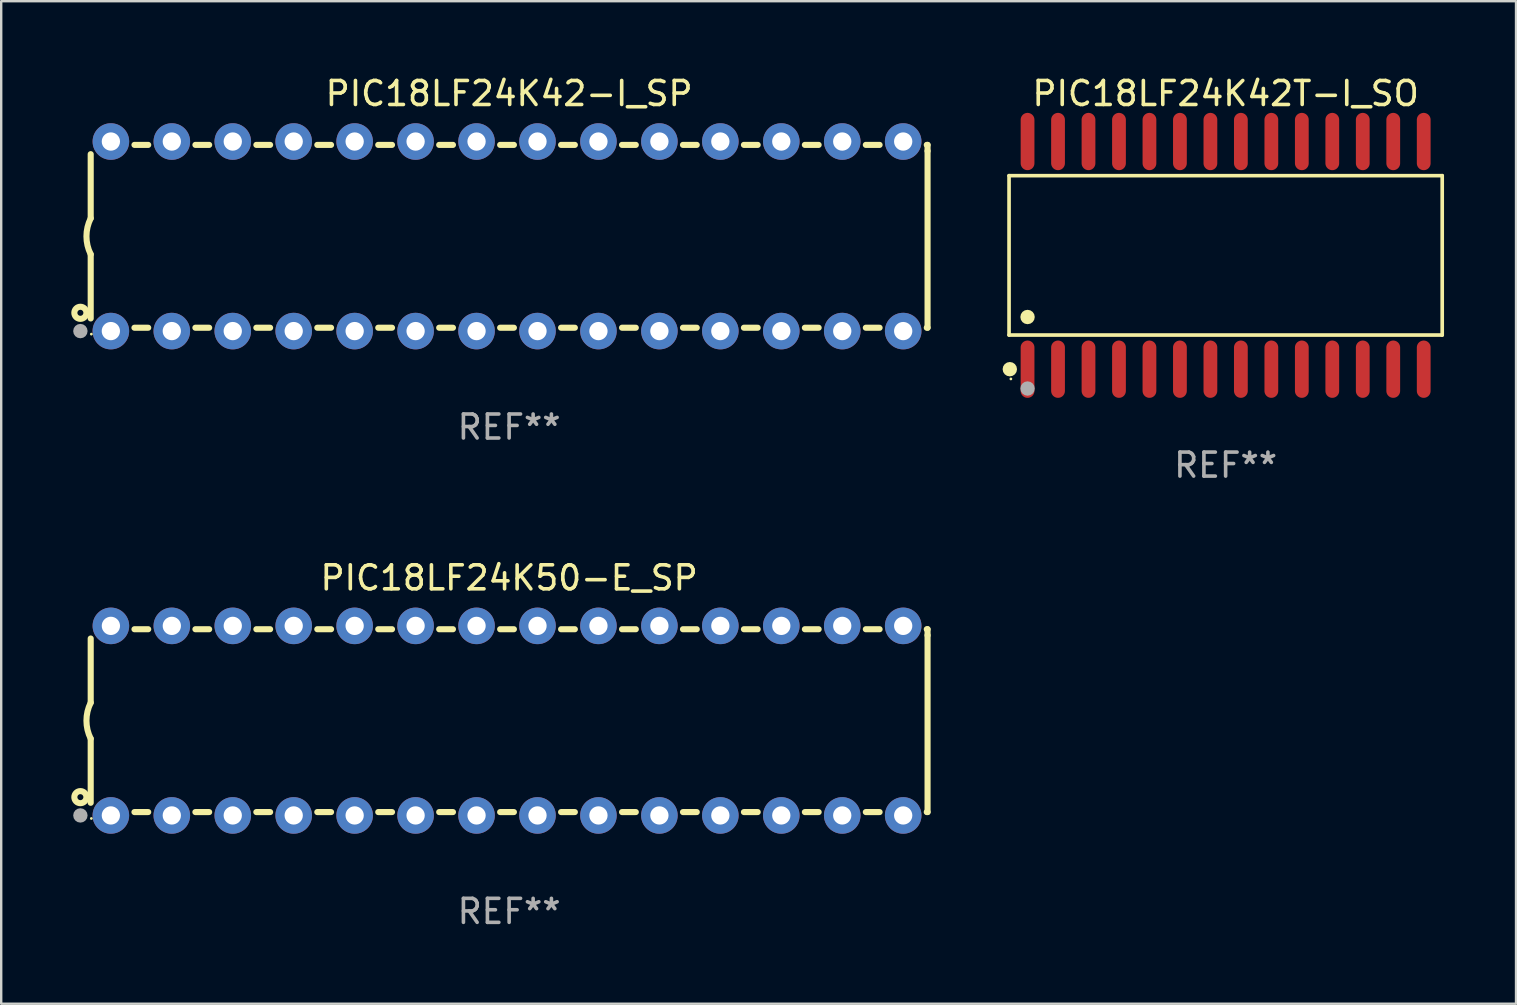
<source format=kicad_pcb>
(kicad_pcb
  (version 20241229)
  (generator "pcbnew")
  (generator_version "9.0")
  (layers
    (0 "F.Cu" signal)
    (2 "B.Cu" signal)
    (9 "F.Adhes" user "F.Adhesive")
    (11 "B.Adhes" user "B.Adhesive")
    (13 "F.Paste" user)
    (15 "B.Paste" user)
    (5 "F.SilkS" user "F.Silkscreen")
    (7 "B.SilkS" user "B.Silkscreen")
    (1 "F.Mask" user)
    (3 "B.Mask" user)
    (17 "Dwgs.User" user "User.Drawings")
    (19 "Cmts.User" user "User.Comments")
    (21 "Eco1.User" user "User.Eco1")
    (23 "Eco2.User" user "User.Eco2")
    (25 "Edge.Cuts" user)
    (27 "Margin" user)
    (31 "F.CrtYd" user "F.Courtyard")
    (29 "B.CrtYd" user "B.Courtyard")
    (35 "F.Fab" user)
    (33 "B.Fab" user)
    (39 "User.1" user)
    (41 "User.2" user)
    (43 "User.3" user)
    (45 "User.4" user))
  (footprint "PIC18LF24K42-I_SP"
    (layer "F.Cu")
    (at 18.168 6.798)
    (property "Reference" "PIC18LF24K42-I_SP" (at 0 -5.95 0) (layer "F.SilkS") (effects (font (size 1 1) (thickness 0.15))))
    (attr through_hole)
    (fp_line (start -17.438 0.75) (end -17.438 3.423) (stroke (width 0.254) (type solid)) (layer "F.SilkS"))
    (fp_line (start -17.438 -3.423) (end -17.438 -0.75) (stroke (width 0.254) (type solid)) (layer "F.SilkS"))
    (fp_line (start -15.615 3.81) (end -15.041 3.81) (stroke (width 0.254) (type solid)) (layer "F.SilkS"))
    (fp_line (start -15.041 -3.81) (end -15.614 -3.81) (stroke (width 0.254) (type solid)) (layer "F.SilkS"))
    (fp_line (start -13.075 3.81) (end -12.501 3.81) (stroke (width 0.254) (type solid)) (layer "F.SilkS"))
    (fp_line (start -12.501 -3.81) (end -13.074 -3.81) (stroke (width 0.254) (type solid)) (layer "F.SilkS"))
    (fp_line (start -10.535 3.81) (end -9.961 3.81) (stroke (width 0.254) (type solid)) (layer "F.SilkS"))
    (fp_line (start -9.961 -3.81) (end -10.534 -3.81) (stroke (width 0.254) (type solid)) (layer "F.SilkS"))
    (fp_line (start -7.995 3.81) (end -7.421 3.81) (stroke (width 0.254) (type solid)) (layer "F.SilkS"))
    (fp_line (start -7.421 -3.81) (end -7.995 -3.81) (stroke (width 0.254) (type solid)) (layer "F.SilkS"))
    (fp_line (start -5.455 3.81) (end -4.881 3.81) (stroke (width 0.254) (type solid)) (layer "F.SilkS"))
    (fp_line (start -4.881 -3.81) (end -5.455 -3.81) (stroke (width 0.254) (type solid)) (layer "F.SilkS"))
    (fp_line (start -2.915 3.81) (end -2.341 3.81) (stroke (width 0.254) (type solid)) (layer "F.SilkS"))
    (fp_line (start -2.341 -3.81) (end -2.915 -3.81) (stroke (width 0.254) (type solid)) (layer "F.SilkS"))
    (fp_line (start -0.375 3.81) (end 0.199 3.81) (stroke (width 0.254) (type solid)) (layer "F.SilkS"))
    (fp_line (start 0.199 -3.81) (end -0.375 -3.81) (stroke (width 0.254) (type solid)) (layer "F.SilkS"))
    (fp_line (start 2.165 3.81) (end 2.739 3.81) (stroke (width 0.254) (type solid)) (layer "F.SilkS"))
    (fp_line (start 2.739 -3.81) (end 2.165 -3.81) (stroke (width 0.254) (type solid)) (layer "F.SilkS"))
    (fp_line (start 4.705 3.81) (end 5.279 3.81) (stroke (width 0.254) (type solid)) (layer "F.SilkS"))
    (fp_line (start 5.279 -3.81) (end 4.705 -3.81) (stroke (width 0.254) (type solid)) (layer "F.SilkS"))
    (fp_line (start 7.245 3.81) (end 7.819 3.81) (stroke (width 0.254) (type solid)) (layer "F.SilkS"))
    (fp_line (start 7.819 -3.81) (end 7.245 -3.81) (stroke (width 0.254) (type solid)) (layer "F.SilkS"))
    (fp_line (start 9.785 3.81) (end 10.359 3.81) (stroke (width 0.254) (type solid)) (layer "F.SilkS"))
    (fp_line (start 10.359 -3.81) (end 9.785 -3.81) (stroke (width 0.254) (type solid)) (layer "F.SilkS"))
    (fp_line (start 12.325 3.81) (end 12.899 3.81) (stroke (width 0.254) (type solid)) (layer "F.SilkS"))
    (fp_line (start 12.899 -3.81) (end 12.325 -3.81) (stroke (width 0.254) (type solid)) (layer "F.SilkS"))
    (fp_line (start 14.865 3.81) (end 15.439 3.81) (stroke (width 0.254) (type solid)) (layer "F.SilkS"))
    (fp_line (start 15.439 -3.81) (end 14.865 -3.81) (stroke (width 0.254) (type solid)) (layer "F.SilkS"))
    (fp_line (start 17.405 3.81) (end 17.438 3.81) (stroke (width 0.254) (type solid)) (layer "F.SilkS"))
    (fp_line (start 17.438 -3.81) (end 17.405 -3.81) (stroke (width 0.254) (type solid)) (layer "F.SilkS"))
    (fp_line (start 17.438 -3.556) (end 17.438 -3.81) (stroke (width 0.254) (type solid)) (layer "F.SilkS"))
    (fp_line (start 17.438 3.81) (end 17.438 -3.556) (stroke (width 0.254) (type solid)) (layer "F.SilkS"))
    (fp_arc (start -17.437986 0.749657) (mid -17.614887 -0.000024) (end -17.437783 -0.749657) (stroke (width 0.254001) (type solid)) (layer "F.SilkS"))
    (fp_circle (center -17.868 3.188) (end -17.743 3.188) (stroke (width 0.254) (type solid)) (fill no) (layer "F.SilkS"))
    (fp_circle (center -17.411 4.077) (end -17.381 4.077) (stroke (width 0.06) (type solid)) (fill no) (layer "F.SilkS"))
    (fp_circle (center -17.868 3.95) (end -17.718 3.95) (stroke (width 0.3) (type solid)) (fill no) (layer "F.Fab"))
    (fp_text user "REF**" (at 0 7.95 0) (layer "F.Fab") (effects (font (size 1 1) (thickness 0.15))))
    (pad "1" thru_hole circle (at -16.598 3.95) (size 1.524 1.524) (drill 0.762) (layers "*.Cu" "*.Mask"))
    (pad "2" thru_hole circle (at -14.058 3.95) (size 1.524 1.524) (drill 0.762) (layers "*.Cu" "*.Mask"))
    (pad "3" thru_hole circle (at -11.518 3.95) (size 1.524 1.524) (drill 0.762) (layers "*.Cu" "*.Mask"))
    (pad "4" thru_hole circle (at -8.978 3.95) (size 1.524 1.524) (drill 0.762) (layers "*.Cu" "*.Mask"))
    (pad "5" thru_hole circle (at -6.438 3.95) (size 1.524 1.524) (drill 0.762) (layers "*.Cu" "*.Mask"))
    (pad "6" thru_hole circle (at -3.898 3.95) (size 1.524 1.524) (drill 0.762) (layers "*.Cu" "*.Mask"))
    (pad "7" thru_hole circle (at -1.358 3.95) (size 1.524 1.524) (drill 0.762) (layers "*.Cu" "*.Mask"))
    (pad "8" thru_hole circle (at 1.182 3.95) (size 1.524 1.524) (drill 0.762) (layers "*.Cu" "*.Mask"))
    (pad "9" thru_hole circle (at 3.722 3.95) (size 1.524 1.524) (drill 0.762) (layers "*.Cu" "*.Mask"))
    (pad "10" thru_hole circle (at 6.262 3.95) (size 1.524 1.524) (drill 0.762) (layers "*.Cu" "*.Mask"))
    (pad "11" thru_hole circle (at 8.802 3.95) (size 1.524 1.524) (drill 0.762) (layers "*.Cu" "*.Mask"))
    (pad "12" thru_hole circle (at 11.342 3.95) (size 1.524 1.524) (drill 0.762) (layers "*.Cu" "*.Mask"))
    (pad "13" thru_hole circle (at 13.882 3.95) (size 1.524 1.524) (drill 0.762) (layers "*.Cu" "*.Mask"))
    (pad "14" thru_hole circle (at 16.422 3.95) (size 1.524 1.524) (drill 0.762) (layers "*.Cu" "*.Mask"))
    (pad "15" thru_hole circle (at 16.422 -3.95) (size 1.524 1.524) (drill 0.762) (layers "*.Cu" "*.Mask"))
    (pad "16" thru_hole circle (at 13.882 -3.95) (size 1.524 1.524) (drill 0.762) (layers "*.Cu" "*.Mask"))
    (pad "17" thru_hole circle (at 11.342 -3.95) (size 1.524 1.524) (drill 0.762) (layers "*.Cu" "*.Mask"))
    (pad "18" thru_hole circle (at 8.802 -3.95) (size 1.524 1.524) (drill 0.762) (layers "*.Cu" "*.Mask"))
    (pad "19" thru_hole circle (at 6.262 -3.95) (size 1.524 1.524) (drill 0.762) (layers "*.Cu" "*.Mask"))
    (pad "20" thru_hole circle (at 3.722 -3.95) (size 1.524 1.524) (drill 0.762) (layers "*.Cu" "*.Mask"))
    (pad "21" thru_hole circle (at 1.182 -3.95) (size 1.524 1.524) (drill 0.762) (layers "*.Cu" "*.Mask"))
    (pad "22" thru_hole circle (at -1.358 -3.95) (size 1.524 1.524) (drill 0.762) (layers "*.Cu" "*.Mask"))
    (pad "23" thru_hole circle (at -3.898 -3.95) (size 1.524 1.524) (drill 0.762) (layers "*.Cu" "*.Mask"))
    (pad "24" thru_hole circle (at -6.438 -3.95) (size 1.524 1.524) (drill 0.762) (layers "*.Cu" "*.Mask"))
    (pad "25" thru_hole circle (at -8.978 -3.95) (size 1.524 1.524) (drill 0.762) (layers "*.Cu" "*.Mask"))
    (pad "26" thru_hole circle (at -11.517 -3.95) (size 1.524 1.524) (drill 0.762) (layers "*.Cu" "*.Mask"))
    (pad "27" thru_hole circle (at -14.057 -3.95) (size 1.524 1.524) (drill 0.762) (layers "*.Cu" "*.Mask"))
    (pad "28" thru_hole circle (at -16.597 -3.95) (size 1.524 1.524) (drill 0.762) (layers "*.Cu" "*.Mask")))
  (footprint "PIC18LF24K50-E_SP"
    (layer "F.Cu")
    (at 18.168 26.983)
    (property "Reference" "PIC18LF24K50-E_SP" (at 0 -5.95 0) (layer "F.SilkS") (effects (font (size 1 1) (thickness 0.15))))
    (attr through_hole)
    (fp_line (start -17.438 0.75) (end -17.438 3.423) (stroke (width 0.254) (type solid)) (layer "F.SilkS"))
    (fp_line (start -17.438 -3.423) (end -17.438 -0.75) (stroke (width 0.254) (type solid)) (layer "F.SilkS"))
    (fp_line (start -15.615 3.81) (end -15.041 3.81) (stroke (width 0.254) (type solid)) (layer "F.SilkS"))
    (fp_line (start -15.041 -3.81) (end -15.614 -3.81) (stroke (width 0.254) (type solid)) (layer "F.SilkS"))
    (fp_line (start -13.075 3.81) (end -12.501 3.81) (stroke (width 0.254) (type solid)) (layer "F.SilkS"))
    (fp_line (start -12.501 -3.81) (end -13.074 -3.81) (stroke (width 0.254) (type solid)) (layer "F.SilkS"))
    (fp_line (start -10.535 3.81) (end -9.961 3.81) (stroke (width 0.254) (type solid)) (layer "F.SilkS"))
    (fp_line (start -9.961 -3.81) (end -10.534 -3.81) (stroke (width 0.254) (type solid)) (layer "F.SilkS"))
    (fp_line (start -7.995 3.81) (end -7.421 3.81) (stroke (width 0.254) (type solid)) (layer "F.SilkS"))
    (fp_line (start -7.421 -3.81) (end -7.995 -3.81) (stroke (width 0.254) (type solid)) (layer "F.SilkS"))
    (fp_line (start -5.455 3.81) (end -4.881 3.81) (stroke (width 0.254) (type solid)) (layer "F.SilkS"))
    (fp_line (start -4.881 -3.81) (end -5.455 -3.81) (stroke (width 0.254) (type solid)) (layer "F.SilkS"))
    (fp_line (start -2.915 3.81) (end -2.341 3.81) (stroke (width 0.254) (type solid)) (layer "F.SilkS"))
    (fp_line (start -2.341 -3.81) (end -2.915 -3.81) (stroke (width 0.254) (type solid)) (layer "F.SilkS"))
    (fp_line (start -0.375 3.81) (end 0.199 3.81) (stroke (width 0.254) (type solid)) (layer "F.SilkS"))
    (fp_line (start 0.199 -3.81) (end -0.375 -3.81) (stroke (width 0.254) (type solid)) (layer "F.SilkS"))
    (fp_line (start 2.165 3.81) (end 2.739 3.81) (stroke (width 0.254) (type solid)) (layer "F.SilkS"))
    (fp_line (start 2.739 -3.81) (end 2.165 -3.81) (stroke (width 0.254) (type solid)) (layer "F.SilkS"))
    (fp_line (start 4.705 3.81) (end 5.279 3.81) (stroke (width 0.254) (type solid)) (layer "F.SilkS"))
    (fp_line (start 5.279 -3.81) (end 4.705 -3.81) (stroke (width 0.254) (type solid)) (layer "F.SilkS"))
    (fp_line (start 7.245 3.81) (end 7.819 3.81) (stroke (width 0.254) (type solid)) (layer "F.SilkS"))
    (fp_line (start 7.819 -3.81) (end 7.245 -3.81) (stroke (width 0.254) (type solid)) (layer "F.SilkS"))
    (fp_line (start 9.785 3.81) (end 10.359 3.81) (stroke (width 0.254) (type solid)) (layer "F.SilkS"))
    (fp_line (start 10.359 -3.81) (end 9.785 -3.81) (stroke (width 0.254) (type solid)) (layer "F.SilkS"))
    (fp_line (start 12.325 3.81) (end 12.899 3.81) (stroke (width 0.254) (type solid)) (layer "F.SilkS"))
    (fp_line (start 12.899 -3.81) (end 12.325 -3.81) (stroke (width 0.254) (type solid)) (layer "F.SilkS"))
    (fp_line (start 14.865 3.81) (end 15.439 3.81) (stroke (width 0.254) (type solid)) (layer "F.SilkS"))
    (fp_line (start 15.439 -3.81) (end 14.865 -3.81) (stroke (width 0.254) (type solid)) (layer "F.SilkS"))
    (fp_line (start 17.405 3.81) (end 17.438 3.81) (stroke (width 0.254) (type solid)) (layer "F.SilkS"))
    (fp_line (start 17.438 -3.81) (end 17.405 -3.81) (stroke (width 0.254) (type solid)) (layer "F.SilkS"))
    (fp_line (start 17.438 -3.556) (end 17.438 -3.81) (stroke (width 0.254) (type solid)) (layer "F.SilkS"))
    (fp_line (start 17.438 3.81) (end 17.438 -3.556) (stroke (width 0.254) (type solid)) (layer "F.SilkS"))
    (fp_arc (start -17.437986 0.749657) (mid -17.614887 -0.000024) (end -17.437783 -0.749657) (stroke (width 0.254001) (type solid)) (layer "F.SilkS"))
    (fp_circle (center -17.868 3.188) (end -17.743 3.188) (stroke (width 0.254) (type solid)) (fill no) (layer "F.SilkS"))
    (fp_circle (center -17.411 4.077) (end -17.381 4.077) (stroke (width 0.06) (type solid)) (fill no) (layer "F.SilkS"))
    (fp_circle (center -17.868 3.95) (end -17.718 3.95) (stroke (width 0.3) (type solid)) (fill no) (layer "F.Fab"))
    (fp_text user "REF**" (at 0 7.95 0) (layer "F.Fab") (effects (font (size 1 1) (thickness 0.15))))
    (pad "1" thru_hole circle (at -16.598 3.95) (size 1.524 1.524) (drill 0.762) (layers "*.Cu" "*.Mask"))
    (pad "2" thru_hole circle (at -14.058 3.95) (size 1.524 1.524) (drill 0.762) (layers "*.Cu" "*.Mask"))
    (pad "3" thru_hole circle (at -11.518 3.95) (size 1.524 1.524) (drill 0.762) (layers "*.Cu" "*.Mask"))
    (pad "4" thru_hole circle (at -8.978 3.95) (size 1.524 1.524) (drill 0.762) (layers "*.Cu" "*.Mask"))
    (pad "5" thru_hole circle (at -6.438 3.95) (size 1.524 1.524) (drill 0.762) (layers "*.Cu" "*.Mask"))
    (pad "6" thru_hole circle (at -3.898 3.95) (size 1.524 1.524) (drill 0.762) (layers "*.Cu" "*.Mask"))
    (pad "7" thru_hole circle (at -1.358 3.95) (size 1.524 1.524) (drill 0.762) (layers "*.Cu" "*.Mask"))
    (pad "8" thru_hole circle (at 1.182 3.95) (size 1.524 1.524) (drill 0.762) (layers "*.Cu" "*.Mask"))
    (pad "9" thru_hole circle (at 3.722 3.95) (size 1.524 1.524) (drill 0.762) (layers "*.Cu" "*.Mask"))
    (pad "10" thru_hole circle (at 6.262 3.95) (size 1.524 1.524) (drill 0.762) (layers "*.Cu" "*.Mask"))
    (pad "11" thru_hole circle (at 8.802 3.95) (size 1.524 1.524) (drill 0.762) (layers "*.Cu" "*.Mask"))
    (pad "12" thru_hole circle (at 11.342 3.95) (size 1.524 1.524) (drill 0.762) (layers "*.Cu" "*.Mask"))
    (pad "13" thru_hole circle (at 13.882 3.95) (size 1.524 1.524) (drill 0.762) (layers "*.Cu" "*.Mask"))
    (pad "14" thru_hole circle (at 16.422 3.95) (size 1.524 1.524) (drill 0.762) (layers "*.Cu" "*.Mask"))
    (pad "15" thru_hole circle (at 16.422 -3.95) (size 1.524 1.524) (drill 0.762) (layers "*.Cu" "*.Mask"))
    (pad "16" thru_hole circle (at 13.882 -3.95) (size 1.524 1.524) (drill 0.762) (layers "*.Cu" "*.Mask"))
    (pad "17" thru_hole circle (at 11.342 -3.95) (size 1.524 1.524) (drill 0.762) (layers "*.Cu" "*.Mask"))
    (pad "18" thru_hole circle (at 8.802 -3.95) (size 1.524 1.524) (drill 0.762) (layers "*.Cu" "*.Mask"))
    (pad "19" thru_hole circle (at 6.262 -3.95) (size 1.524 1.524) (drill 0.762) (layers "*.Cu" "*.Mask"))
    (pad "20" thru_hole circle (at 3.722 -3.95) (size 1.524 1.524) (drill 0.762) (layers "*.Cu" "*.Mask"))
    (pad "21" thru_hole circle (at 1.182 -3.95) (size 1.524 1.524) (drill 0.762) (layers "*.Cu" "*.Mask"))
    (pad "22" thru_hole circle (at -1.358 -3.95) (size 1.524 1.524) (drill 0.762) (layers "*.Cu" "*.Mask"))
    (pad "23" thru_hole circle (at -3.898 -3.95) (size 1.524 1.524) (drill 0.762) (layers "*.Cu" "*.Mask"))
    (pad "24" thru_hole circle (at -6.438 -3.95) (size 1.524 1.524) (drill 0.762) (layers "*.Cu" "*.Mask"))
    (pad "25" thru_hole circle (at -8.978 -3.95) (size 1.524 1.524) (drill 0.762) (layers "*.Cu" "*.Mask"))
    (pad "26" thru_hole circle (at -11.517 -3.95) (size 1.524 1.524) (drill 0.762) (layers "*.Cu" "*.Mask"))
    (pad "27" thru_hole circle (at -14.057 -3.95) (size 1.524 1.524) (drill 0.762) (layers "*.Cu" "*.Mask"))
    (pad "28" thru_hole circle (at -16.597 -3.95) (size 1.524 1.524) (drill 0.762) (layers "*.Cu" "*.Mask")))
  (footprint "PIC18LF24K42T-I_SO"
    (layer "F.Cu")
    (at 48.028 7.592)
    (property "Reference" "PIC18LF24K42T-I_SO" (at 0 -6.744 0) (layer "F.SilkS") (effects (font (size 1 1) (thickness 0.15))))
    (attr through_hole)
    (fp_line (start -9.026 -3.321) (end 9.026 -3.321) (stroke (width 0.152) (type solid)) (layer "F.SilkS"))
    (fp_line (start -9.026 3.321) (end -9.026 -3.321) (stroke (width 0.152) (type solid)) (layer "F.SilkS"))
    (fp_line (start 9.026 -3.321) (end 9.026 3.321) (stroke (width 0.152) (type solid)) (layer "F.SilkS"))
    (fp_line (start 9.026 3.321) (end -9.026 3.321) (stroke (width 0.152) (type solid)) (layer "F.SilkS"))
    (fp_circle (center -8.994 4.744) (end -8.844 4.744) (stroke (width 0.3) (type solid)) (fill no) (layer "F.SilkS"))
    (fp_circle (center -8.95 5.15) (end -8.92 5.15) (stroke (width 0.06) (type solid)) (fill no) (layer "F.SilkS"))
    (fp_circle (center -8.255 2.569) (end -8.105 2.569) (stroke (width 0.3) (type solid)) (fill no) (layer "F.SilkS"))
    (fp_circle (center -8.255 5.55) (end -8.105 5.55) (stroke (width 0.3) (type solid)) (fill no) (layer "F.Fab"))
    (fp_text user "REF**" (at 0 8.744 0) (layer "F.Fab") (effects (font (size 1 1) (thickness 0.15))))
    (pad "1" smd oval (at -8.255 4.744) (size 0.574 2.388) (layers "F.Cu" "F.Mask" "F.Paste"))
    (pad "2" smd oval (at -6.985 4.744) (size 0.574 2.388) (layers "F.Cu" "F.Mask" "F.Paste"))
    (pad "3" smd oval (at -5.715 4.744) (size 0.574 2.388) (layers "F.Cu" "F.Mask" "F.Paste"))
    (pad "4" smd oval (at -4.445 4.744) (size 0.574 2.388) (layers "F.Cu" "F.Mask" "F.Paste"))
    (pad "5" smd oval (at -3.175 4.744) (size 0.574 2.388) (layers "F.Cu" "F.Mask" "F.Paste"))
    (pad "6" smd oval (at -1.905 4.744) (size 0.574 2.388) (layers "F.Cu" "F.Mask" "F.Paste"))
    (pad "7" smd oval (at -0.635 4.744) (size 0.574 2.388) (layers "F.Cu" "F.Mask" "F.Paste"))
    (pad "8" smd oval (at 0.635 4.744) (size 0.574 2.388) (layers "F.Cu" "F.Mask" "F.Paste"))
    (pad "9" smd oval (at 1.905 4.744) (size 0.574 2.388) (layers "F.Cu" "F.Mask" "F.Paste"))
    (pad "10" smd oval (at 3.175 4.744) (size 0.574 2.388) (layers "F.Cu" "F.Mask" "F.Paste"))
    (pad "11" smd oval (at 4.445 4.744) (size 0.574 2.388) (layers "F.Cu" "F.Mask" "F.Paste"))
    (pad "12" smd oval (at 5.715 4.744) (size 0.574 2.388) (layers "F.Cu" "F.Mask" "F.Paste"))
    (pad "13" smd oval (at 6.985 4.744) (size 0.574 2.388) (layers "F.Cu" "F.Mask" "F.Paste"))
    (pad "14" smd oval (at 8.255 4.744) (size 0.574 2.388) (layers "F.Cu" "F.Mask" "F.Paste"))
    (pad "15" smd oval (at 8.255 -4.744) (size 0.574 2.388) (layers "F.Cu" "F.Mask" "F.Paste"))
    (pad "16" smd oval (at 6.985 -4.744) (size 0.574 2.388) (layers "F.Cu" "F.Mask" "F.Paste"))
    (pad "17" smd oval (at 5.715 -4.744) (size 0.574 2.388) (layers "F.Cu" "F.Mask" "F.Paste"))
    (pad "18" smd oval (at 4.445 -4.744) (size 0.574 2.388) (layers "F.Cu" "F.Mask" "F.Paste"))
    (pad "19" smd oval (at 3.175 -4.744) (size 0.574 2.388) (layers "F.Cu" "F.Mask" "F.Paste"))
    (pad "20" smd oval (at 1.905 -4.744) (size 0.574 2.388) (layers "F.Cu" "F.Mask" "F.Paste"))
    (pad "21" smd oval (at 0.635 -4.744) (size 0.574 2.388) (layers "F.Cu" "F.Mask" "F.Paste"))
    (pad "22" smd oval (at -0.635 -4.744) (size 0.574 2.388) (layers "F.Cu" "F.Mask" "F.Paste"))
    (pad "23" smd oval (at -1.905 -4.744) (size 0.574 2.388) (layers "F.Cu" "F.Mask" "F.Paste"))
    (pad "24" smd oval (at -3.175 -4.744) (size 0.574 2.388) (layers "F.Cu" "F.Mask" "F.Paste"))
    (pad "25" smd oval (at -4.445 -4.744) (size 0.574 2.388) (layers "F.Cu" "F.Mask" "F.Paste"))
    (pad "26" smd oval (at -5.715 -4.744) (size 0.574 2.388) (layers "F.Cu" "F.Mask" "F.Paste"))
    (pad "27" smd oval (at -6.985 -4.744) (size 0.574 2.388) (layers "F.Cu" "F.Mask" "F.Paste"))
    (pad "28" smd oval (at -8.255 -4.744) (size 0.574 2.388) (layers "F.Cu" "F.Mask" "F.Paste")))
  (gr_rect
    (start -3 -3)
    (end 60.13 38.781)
    (stroke (width 0.1) (type default))
    (fill no)
    (layer "Edge.Cuts")))
</source>
